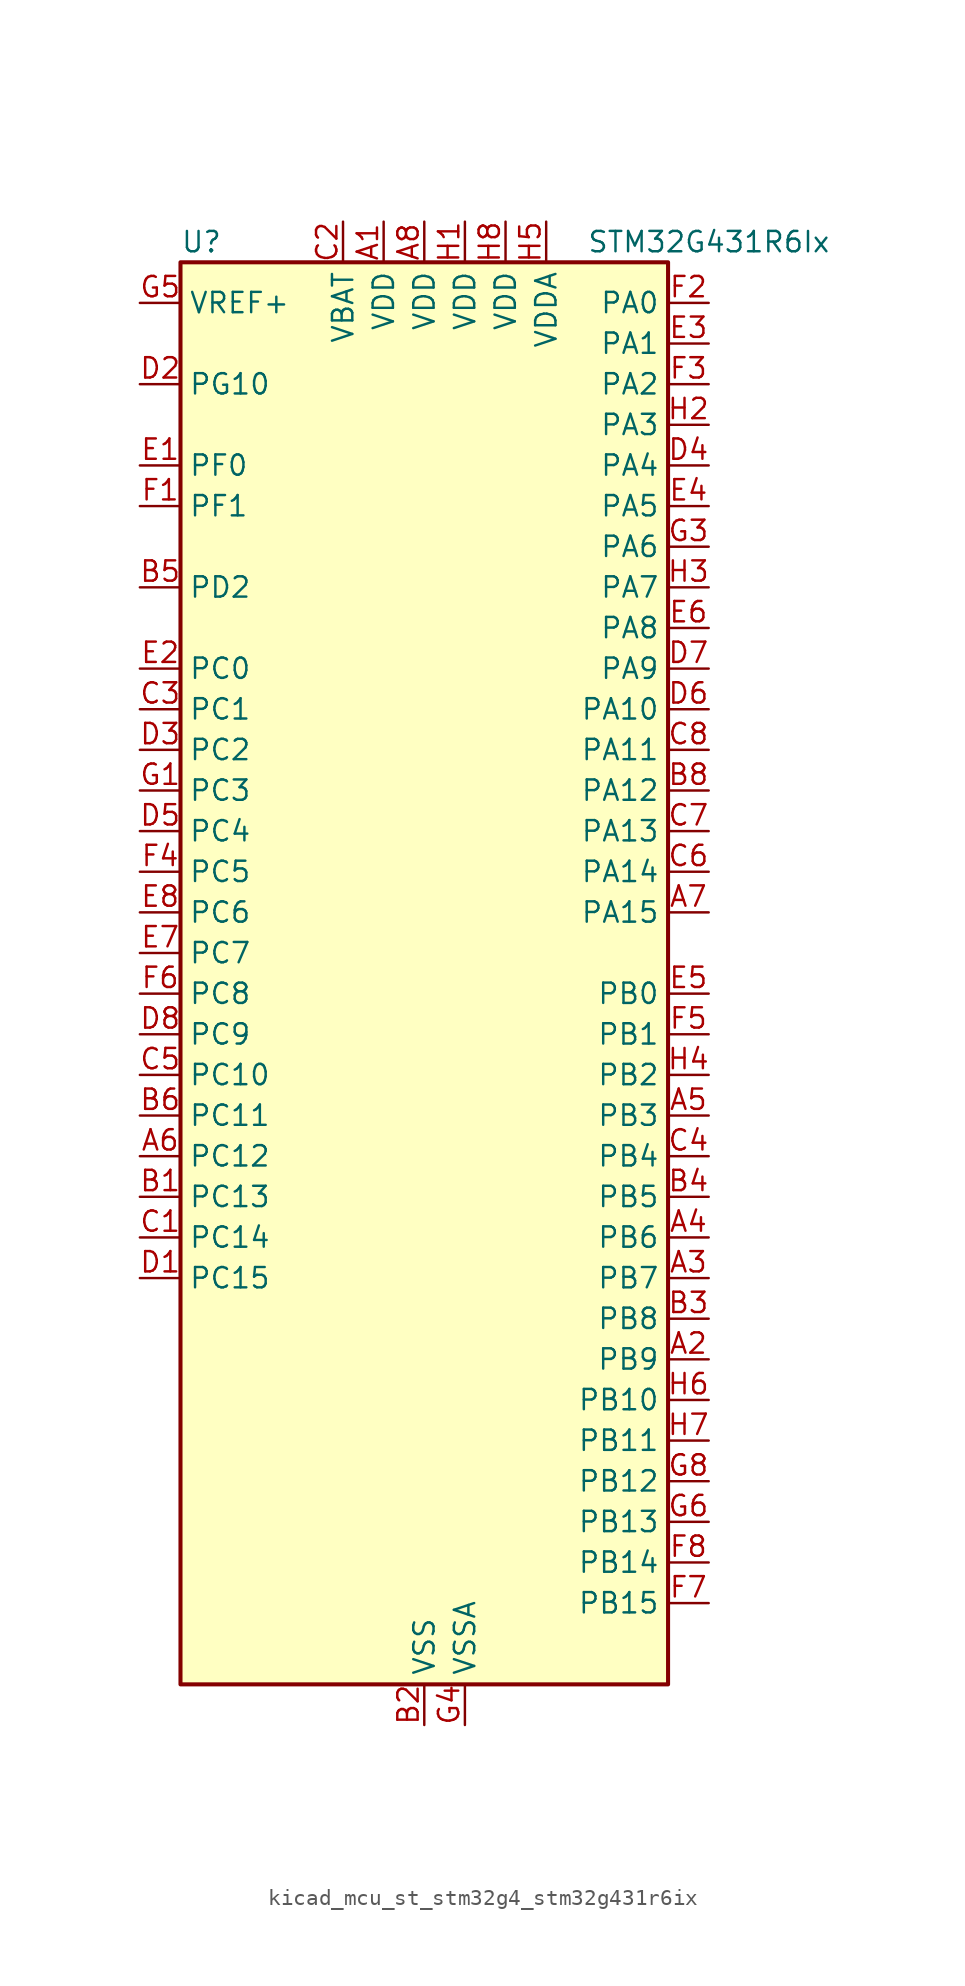
<source format=kicad_sym>
(kicad_symbol_lib
  (version 20220914)
  (generator kicad_symbol_editor)
  (symbol "kicad_mcu_st_stm32g4_stm32g431r6ix"
    (property "Reference" "U"
      (at -15.24 46.99 0)
      (effects (font (size 1.27 1.27)) (justify left)))
    (property "Value" "STM32G431R6Ix"
      (at 10.16 46.99 0)
      (effects (font (size 1.27 1.27)) (justify left)))
    (property "ki_locked" ""
      (at 0 0 0)
      (effects (font (size 1.27 1.27))))
    (symbol "kicad_mcu_st_stm32g4_stm32g431r6ix_0_1"
      (rectangle (start -15.24 -43.18) (end 15.24 45.72) (stroke (width 0.254) (type default)) (fill (type background))))
    (symbol "kicad_mcu_st_stm32g4_stm32g431r6ix_1_1"
      (pin power_in line (at -2.54 48.26 270) (length 2.54) (name "VDD" (effects (font (size 1.27 1.27)))) (number "A1" (effects (font (size 1.27 1.27)))))
      (pin bidirectional line (at 17.78 -22.86 180) (length 2.54) (name "PB9" (effects (font (size 1.27 1.27)))) (number "A2" (effects (font (size 1.27 1.27)))) (alternate "COMP2_OUT" bidirectional line) (alternate "DAC1_EXTI9" bidirectional line) (alternate "DAC3_EXTI9" bidirectional line) (alternate "FDCAN1_TX" bidirectional line) (alternate "I2C1_SDA" bidirectional line) (alternate "IR_OUT" bidirectional line) (alternate "SAI1_D2" bidirectional line) (alternate "SAI1_FS_A" bidirectional line) (alternate "TIM17_CH1" bidirectional line) (alternate "TIM1_CH3N" bidirectional line) (alternate "TIM4_CH4" bidirectional line) (alternate "TIM8_CH3" bidirectional line) (alternate "USART3_TX" bidirectional line))
      (pin bidirectional line (at 17.78 -17.78 180) (length 2.54) (name "PB7" (effects (font (size 1.27 1.27)))) (number "A3" (effects (font (size 1.27 1.27)))) (alternate "COMP3_OUT" bidirectional line) (alternate "I2C1_SDA" bidirectional line) (alternate "LPTIM1_IN2" bidirectional line) (alternate "SYS_PVD_IN" bidirectional line) (alternate "TIM17_CH1N" bidirectional line) (alternate "TIM3_CH4" bidirectional line) (alternate "TIM4_CH2" bidirectional line) (alternate "TIM8_BKIN" bidirectional line) (alternate "UART4_CTS" bidirectional line) (alternate "USART1_RX" bidirectional line))
      (pin bidirectional line (at 17.78 -15.24 180) (length 2.54) (name "PB6" (effects (font (size 1.27 1.27)))) (number "A4" (effects (font (size 1.27 1.27)))) (alternate "COMP4_OUT" bidirectional line) (alternate "LPTIM1_ETR" bidirectional line) (alternate "SAI1_FS_B" bidirectional line) (alternate "TIM16_CH1N" bidirectional line) (alternate "TIM4_CH1" bidirectional line) (alternate "TIM8_BKIN2" bidirectional line) (alternate "TIM8_CH1" bidirectional line) (alternate "TIM8_ETR" bidirectional line) (alternate "UCPD1_CC1" bidirectional line) (alternate "USART1_TX" bidirectional line))
      (pin bidirectional line (at 17.78 -7.62 180) (length 2.54) (name "PB3" (effects (font (size 1.27 1.27)))) (number "A5" (effects (font (size 1.27 1.27)))) (alternate "CRS_SYNC" bidirectional line) (alternate "I2S3_CK" bidirectional line) (alternate "SAI1_SCK_B" bidirectional line) (alternate "SPI1_SCK" bidirectional line) (alternate "SPI3_SCK" bidirectional line) (alternate "SYS_JTDO-SWO" bidirectional line) (alternate "TIM2_CH2" bidirectional line) (alternate "TIM3_ETR" bidirectional line) (alternate "TIM4_ETR" bidirectional line) (alternate "TIM8_CH1N" bidirectional line) (alternate "USART2_TX" bidirectional line))
      (pin bidirectional line (at -17.78 -10.16 0) (length 2.54) (name "PC12" (effects (font (size 1.27 1.27)))) (number "A6" (effects (font (size 1.27 1.27)))) (alternate "I2S3_SD" bidirectional line) (alternate "SPI3_MOSI" bidirectional line) (alternate "TIM8_CH3N" bidirectional line) (alternate "UCPD1_FRSTX1" bidirectional line) (alternate "UCPD1_FRSTX2" bidirectional line) (alternate "USART3_CK" bidirectional line))
      (pin bidirectional line (at 17.78 5.08 180) (length 2.54) (name "PA15" (effects (font (size 1.27 1.27)))) (number "A7" (effects (font (size 1.27 1.27)))) (alternate "ADC1_EXTI15" bidirectional line) (alternate "ADC2_EXTI15" bidirectional line) (alternate "I2C1_SCL" bidirectional line) (alternate "I2S3_WS" bidirectional line) (alternate "SPI1_NSS" bidirectional line) (alternate "SPI3_NSS" bidirectional line) (alternate "SYS_JTDI" bidirectional line) (alternate "TIM1_BKIN" bidirectional line) (alternate "TIM2_CH1" bidirectional line) (alternate "TIM2_ETR" bidirectional line) (alternate "TIM8_CH1" bidirectional line) (alternate "UART4_DE" bidirectional line) (alternate "UART4_RTS" bidirectional line) (alternate "USART2_RX" bidirectional line))
      (pin power_in line (at 0 48.26 270) (length 2.54) (name "VDD" (effects (font (size 1.27 1.27)))) (number "A8" (effects (font (size 1.27 1.27)))))
      (pin bidirectional line (at -17.78 -12.7 0) (length 2.54) (name "PC13" (effects (font (size 1.27 1.27)))) (number "B1" (effects (font (size 1.27 1.27)))) (alternate "RTC_OUT1" bidirectional line) (alternate "RTC_TAMP1" bidirectional line) (alternate "RTC_TS" bidirectional line) (alternate "SYS_WKUP2" bidirectional line) (alternate "TIM1_BKIN" bidirectional line) (alternate "TIM1_CH1N" bidirectional line) (alternate "TIM8_CH4N" bidirectional line))
      (pin power_in line (at 0 -45.72 90) (length 2.54) (name "VSS" (effects (font (size 1.27 1.27)))) (number "B2" (effects (font (size 1.27 1.27)))))
      (pin bidirectional line (at 17.78 -20.32 180) (length 2.54) (name "PB8" (effects (font (size 1.27 1.27)))) (number "B3" (effects (font (size 1.27 1.27)))) (alternate "COMP1_OUT" bidirectional line) (alternate "FDCAN1_RX" bidirectional line) (alternate "I2C1_SCL" bidirectional line) (alternate "SAI1_CK1" bidirectional line) (alternate "SAI1_MCLK_A" bidirectional line) (alternate "TIM16_CH1" bidirectional line) (alternate "TIM1_BKIN" bidirectional line) (alternate "TIM4_CH3" bidirectional line) (alternate "TIM8_CH2" bidirectional line) (alternate "USART3_RX" bidirectional line))
      (pin bidirectional line (at 17.78 -12.7 180) (length 2.54) (name "PB5" (effects (font (size 1.27 1.27)))) (number "B4" (effects (font (size 1.27 1.27)))) (alternate "I2C1_SMBA" bidirectional line) (alternate "I2C3_SDA" bidirectional line) (alternate "I2S3_SD" bidirectional line) (alternate "LPTIM1_IN1" bidirectional line) (alternate "SAI1_SD_B" bidirectional line) (alternate "SPI1_MOSI" bidirectional line) (alternate "SPI3_MOSI" bidirectional line) (alternate "TIM16_BKIN" bidirectional line) (alternate "TIM17_CH1" bidirectional line) (alternate "TIM3_CH2" bidirectional line) (alternate "TIM8_CH3N" bidirectional line) (alternate "USART2_CK" bidirectional line))
      (pin bidirectional line (at -17.78 25.4 0) (length 2.54) (name "PD2" (effects (font (size 1.27 1.27)))) (number "B5" (effects (font (size 1.27 1.27)))) (alternate "TIM3_ETR" bidirectional line) (alternate "TIM8_BKIN" bidirectional line))
      (pin bidirectional line (at -17.78 -7.62 0) (length 2.54) (name "PC11" (effects (font (size 1.27 1.27)))) (number "B6" (effects (font (size 1.27 1.27)))) (alternate "ADC1_EXTI11" bidirectional line) (alternate "ADC2_EXTI11" bidirectional line) (alternate "I2C3_SDA" bidirectional line) (alternate "SPI3_MISO" bidirectional line) (alternate "TIM8_CH2N" bidirectional line) (alternate "UART4_RX" bidirectional line) (alternate "USART3_RX" bidirectional line))
      (pin passive line (at 0 -45.72 90) (length 2.54) hide (name "VSS" (effects (font (size 1.27 1.27)))) (number "B7" (effects (font (size 1.27 1.27)))))
      (pin bidirectional line (at 17.78 12.7 180) (length 2.54) (name "PA12" (effects (font (size 1.27 1.27)))) (number "B8" (effects (font (size 1.27 1.27)))) (alternate "COMP2_OUT" bidirectional line) (alternate "FDCAN1_TX" bidirectional line) (alternate "I2S_CKIN" bidirectional line) (alternate "TIM16_CH1" bidirectional line) (alternate "TIM1_CH2N" bidirectional line) (alternate "TIM1_ETR" bidirectional line) (alternate "TIM4_CH2" bidirectional line) (alternate "USART1_DE" bidirectional line) (alternate "USART1_RTS" bidirectional line) (alternate "USB_DP" bidirectional line))
      (pin bidirectional line (at -17.78 -15.24 0) (length 2.54) (name "PC14" (effects (font (size 1.27 1.27)))) (number "C1" (effects (font (size 1.27 1.27)))) (alternate "RCC_OSC32_IN" bidirectional line))
      (pin power_in line (at -5.08 48.26 270) (length 2.54) (name "VBAT" (effects (font (size 1.27 1.27)))) (number "C2" (effects (font (size 1.27 1.27)))))
      (pin bidirectional line (at -17.78 17.78 0) (length 2.54) (name "PC1" (effects (font (size 1.27 1.27)))) (number "C3" (effects (font (size 1.27 1.27)))) (alternate "ADC1_IN7" bidirectional line) (alternate "ADC2_IN7" bidirectional line) (alternate "COMP3_INP" bidirectional line) (alternate "LPTIM1_OUT" bidirectional line) (alternate "LPUART1_TX" bidirectional line) (alternate "SAI1_SD_A" bidirectional line) (alternate "TIM1_CH2" bidirectional line))
      (pin bidirectional line (at 17.78 -10.16 180) (length 2.54) (name "PB4" (effects (font (size 1.27 1.27)))) (number "C4" (effects (font (size 1.27 1.27)))) (alternate "SAI1_MCLK_B" bidirectional line) (alternate "SPI1_MISO" bidirectional line) (alternate "SPI3_MISO" bidirectional line) (alternate "SYS_JTRST" bidirectional line) (alternate "TIM16_CH1" bidirectional line) (alternate "TIM17_BKIN" bidirectional line) (alternate "TIM3_CH1" bidirectional line) (alternate "TIM8_CH2N" bidirectional line) (alternate "UCPD1_CC2" bidirectional line) (alternate "USART2_RX" bidirectional line))
      (pin bidirectional line (at -17.78 -5.08 0) (length 2.54) (name "PC10" (effects (font (size 1.27 1.27)))) (number "C5" (effects (font (size 1.27 1.27)))) (alternate "DAC1_EXTI10" bidirectional line) (alternate "DAC3_EXTI10" bidirectional line) (alternate "I2S3_CK" bidirectional line) (alternate "SPI3_SCK" bidirectional line) (alternate "TIM8_CH1N" bidirectional line) (alternate "UART4_TX" bidirectional line) (alternate "USART3_TX" bidirectional line))
      (pin bidirectional line (at 17.78 7.62 180) (length 2.54) (name "PA14" (effects (font (size 1.27 1.27)))) (number "C6" (effects (font (size 1.27 1.27)))) (alternate "I2C1_SDA" bidirectional line) (alternate "LPTIM1_OUT" bidirectional line) (alternate "SAI1_FS_B" bidirectional line) (alternate "SYS_JTCK-SWCLK" bidirectional line) (alternate "TIM1_BKIN" bidirectional line) (alternate "TIM8_CH2" bidirectional line) (alternate "USART2_TX" bidirectional line))
      (pin bidirectional line (at 17.78 10.16 180) (length 2.54) (name "PA13" (effects (font (size 1.27 1.27)))) (number "C7" (effects (font (size 1.27 1.27)))) (alternate "I2C1_SCL" bidirectional line) (alternate "IR_OUT" bidirectional line) (alternate "SAI1_SD_B" bidirectional line) (alternate "SYS_JTMS-SWDIO" bidirectional line) (alternate "TIM16_CH1N" bidirectional line) (alternate "TIM4_CH3" bidirectional line) (alternate "USART3_CTS" bidirectional line) (alternate "USART3_NSS" bidirectional line))
      (pin bidirectional line (at 17.78 15.24 180) (length 2.54) (name "PA11" (effects (font (size 1.27 1.27)))) (number "C8" (effects (font (size 1.27 1.27)))) (alternate "ADC1_EXTI11" bidirectional line) (alternate "ADC2_EXTI11" bidirectional line) (alternate "COMP1_OUT" bidirectional line) (alternate "FDCAN1_RX" bidirectional line) (alternate "I2S2_SD" bidirectional line) (alternate "SPI2_MOSI" bidirectional line) (alternate "TIM1_BKIN2" bidirectional line) (alternate "TIM1_CH1N" bidirectional line) (alternate "TIM1_CH4" bidirectional line) (alternate "TIM4_CH1" bidirectional line) (alternate "USART1_CTS" bidirectional line) (alternate "USART1_NSS" bidirectional line) (alternate "USB_DM" bidirectional line))
      (pin bidirectional line (at -17.78 -17.78 0) (length 2.54) (name "PC15" (effects (font (size 1.27 1.27)))) (number "D1" (effects (font (size 1.27 1.27)))) (alternate "ADC1_EXTI15" bidirectional line) (alternate "ADC2_EXTI15" bidirectional line) (alternate "RCC_OSC32_OUT" bidirectional line))
      (pin bidirectional line (at -17.78 38.1 0) (length 2.54) (name "PG10" (effects (font (size 1.27 1.27)))) (number "D2" (effects (font (size 1.27 1.27)))) (alternate "DAC1_EXTI10" bidirectional line) (alternate "DAC3_EXTI10" bidirectional line) (alternate "RCC_MCO" bidirectional line))
      (pin bidirectional line (at -17.78 15.24 0) (length 2.54) (name "PC2" (effects (font (size 1.27 1.27)))) (number "D3" (effects (font (size 1.27 1.27)))) (alternate "ADC1_IN8" bidirectional line) (alternate "ADC2_IN8" bidirectional line) (alternate "COMP3_OUT" bidirectional line) (alternate "LPTIM1_IN2" bidirectional line) (alternate "TIM1_CH3" bidirectional line))
      (pin bidirectional line (at 17.78 33.02 180) (length 2.54) (name "PA4" (effects (font (size 1.27 1.27)))) (number "D4" (effects (font (size 1.27 1.27)))) (alternate "ADC2_IN17" bidirectional line) (alternate "COMP1_INM" bidirectional line) (alternate "DAC1_OUT1" bidirectional line) (alternate "I2S3_WS" bidirectional line) (alternate "SAI1_FS_B" bidirectional line) (alternate "SPI1_NSS" bidirectional line) (alternate "SPI3_NSS" bidirectional line) (alternate "TIM3_CH2" bidirectional line) (alternate "USART2_CK" bidirectional line))
      (pin bidirectional line (at -17.78 10.16 0) (length 2.54) (name "PC4" (effects (font (size 1.27 1.27)))) (number "D5" (effects (font (size 1.27 1.27)))) (alternate "ADC2_IN5" bidirectional line) (alternate "I2C2_SCL" bidirectional line) (alternate "TIM1_ETR" bidirectional line) (alternate "USART1_TX" bidirectional line))
      (pin bidirectional line (at 17.78 17.78 180) (length 2.54) (name "PA10" (effects (font (size 1.27 1.27)))) (number "D6" (effects (font (size 1.27 1.27)))) (alternate "CRS_SYNC" bidirectional line) (alternate "DAC1_EXTI10" bidirectional line) (alternate "DAC3_EXTI10" bidirectional line) (alternate "I2C2_SMBA" bidirectional line) (alternate "SAI1_D1" bidirectional line) (alternate "SAI1_SD_A" bidirectional line) (alternate "SPI2_MISO" bidirectional line) (alternate "TIM17_BKIN" bidirectional line) (alternate "TIM1_CH3" bidirectional line) (alternate "TIM2_CH4" bidirectional line) (alternate "TIM8_BKIN" bidirectional line) (alternate "UCPD1_DBCC2" bidirectional line) (alternate "USART1_RX" bidirectional line))
      (pin bidirectional line (at 17.78 20.32 180) (length 2.54) (name "PA9" (effects (font (size 1.27 1.27)))) (number "D7" (effects (font (size 1.27 1.27)))) (alternate "DAC1_EXTI9" bidirectional line) (alternate "DAC3_EXTI9" bidirectional line) (alternate "I2C2_SCL" bidirectional line) (alternate "I2C3_SMBA" bidirectional line) (alternate "I2S3_MCK" bidirectional line) (alternate "SAI1_FS_A" bidirectional line) (alternate "TIM15_BKIN" bidirectional line) (alternate "TIM1_CH2" bidirectional line) (alternate "TIM2_CH3" bidirectional line) (alternate "UCPD1_DBCC1" bidirectional line) (alternate "USART1_TX" bidirectional line))
      (pin bidirectional line (at -17.78 -2.54 0) (length 2.54) (name "PC9" (effects (font (size 1.27 1.27)))) (number "D8" (effects (font (size 1.27 1.27)))) (alternate "DAC1_EXTI9" bidirectional line) (alternate "DAC3_EXTI9" bidirectional line) (alternate "I2C3_SDA" bidirectional line) (alternate "I2S_CKIN" bidirectional line) (alternate "TIM3_CH4" bidirectional line) (alternate "TIM8_BKIN2" bidirectional line) (alternate "TIM8_CH4" bidirectional line))
      (pin bidirectional line (at -17.78 33.02 0) (length 2.54) (name "PF0" (effects (font (size 1.27 1.27)))) (number "E1" (effects (font (size 1.27 1.27)))) (alternate "ADC1_IN10" bidirectional line) (alternate "I2C2_SDA" bidirectional line) (alternate "I2S2_WS" bidirectional line) (alternate "RCC_OSC_IN" bidirectional line) (alternate "SPI2_NSS" bidirectional line) (alternate "TIM1_CH3N" bidirectional line))
      (pin bidirectional line (at -17.78 20.32 0) (length 2.54) (name "PC0" (effects (font (size 1.27 1.27)))) (number "E2" (effects (font (size 1.27 1.27)))) (alternate "ADC1_IN6" bidirectional line) (alternate "ADC2_IN6" bidirectional line) (alternate "COMP3_INM" bidirectional line) (alternate "LPTIM1_IN1" bidirectional line) (alternate "LPUART1_RX" bidirectional line) (alternate "TIM1_CH1" bidirectional line))
      (pin bidirectional line (at 17.78 40.64 180) (length 2.54) (name "PA1" (effects (font (size 1.27 1.27)))) (number "E3" (effects (font (size 1.27 1.27)))) (alternate "ADC1_IN2" bidirectional line) (alternate "ADC2_IN2" bidirectional line) (alternate "COMP1_INP" bidirectional line) (alternate "OPAMP1_VINP" bidirectional line) (alternate "OPAMP1_VINP_SEC" bidirectional line) (alternate "OPAMP3_VINP" bidirectional line) (alternate "OPAMP3_VINP_SEC" bidirectional line) (alternate "RTC_REFIN" bidirectional line) (alternate "TIM15_CH1N" bidirectional line) (alternate "TIM2_CH2" bidirectional line) (alternate "USART2_DE" bidirectional line) (alternate "USART2_RTS" bidirectional line))
      (pin bidirectional line (at 17.78 30.48 180) (length 2.54) (name "PA5" (effects (font (size 1.27 1.27)))) (number "E4" (effects (font (size 1.27 1.27)))) (alternate "ADC2_IN13" bidirectional line) (alternate "COMP2_INM" bidirectional line) (alternate "DAC1_OUT2" bidirectional line) (alternate "OPAMP2_VINM" bidirectional line) (alternate "OPAMP2_VINM0" bidirectional line) (alternate "OPAMP2_VINM_SEC" bidirectional line) (alternate "SPI1_SCK" bidirectional line) (alternate "TIM2_CH1" bidirectional line) (alternate "TIM2_ETR" bidirectional line) (alternate "UCPD1_FRSTX1" bidirectional line) (alternate "UCPD1_FRSTX2" bidirectional line))
      (pin bidirectional line (at 17.78 0 180) (length 2.54) (name "PB0" (effects (font (size 1.27 1.27)))) (number "E5" (effects (font (size 1.27 1.27)))) (alternate "ADC1_IN15" bidirectional line) (alternate "COMP4_INP" bidirectional line) (alternate "OPAMP2_VINP" bidirectional line) (alternate "OPAMP2_VINP_SEC" bidirectional line) (alternate "OPAMP3_VINP" bidirectional line) (alternate "OPAMP3_VINP_SEC" bidirectional line) (alternate "TIM1_CH2N" bidirectional line) (alternate "TIM3_CH3" bidirectional line) (alternate "TIM8_CH2N" bidirectional line) (alternate "UCPD1_FRSTX1" bidirectional line) (alternate "UCPD1_FRSTX2" bidirectional line))
      (pin bidirectional line (at 17.78 22.86 180) (length 2.54) (name "PA8" (effects (font (size 1.27 1.27)))) (number "E6" (effects (font (size 1.27 1.27)))) (alternate "I2C2_SDA" bidirectional line) (alternate "I2C3_SCL" bidirectional line) (alternate "I2S2_MCK" bidirectional line) (alternate "RCC_MCO" bidirectional line) (alternate "SAI1_CK2" bidirectional line) (alternate "SAI1_SCK_A" bidirectional line) (alternate "TIM1_CH1" bidirectional line) (alternate "TIM4_ETR" bidirectional line) (alternate "USART1_CK" bidirectional line))
      (pin bidirectional line (at -17.78 2.54 0) (length 2.54) (name "PC7" (effects (font (size 1.27 1.27)))) (number "E7" (effects (font (size 1.27 1.27)))) (alternate "I2S3_MCK" bidirectional line) (alternate "TIM3_CH2" bidirectional line) (alternate "TIM8_CH2" bidirectional line))
      (pin bidirectional line (at -17.78 5.08 0) (length 2.54) (name "PC6" (effects (font (size 1.27 1.27)))) (number "E8" (effects (font (size 1.27 1.27)))) (alternate "I2S2_MCK" bidirectional line) (alternate "TIM3_CH1" bidirectional line) (alternate "TIM8_CH1" bidirectional line))
      (pin bidirectional line (at -17.78 30.48 0) (length 2.54) (name "PF1" (effects (font (size 1.27 1.27)))) (number "F1" (effects (font (size 1.27 1.27)))) (alternate "ADC2_IN10" bidirectional line) (alternate "COMP3_INM" bidirectional line) (alternate "I2S2_CK" bidirectional line) (alternate "RCC_OSC_OUT" bidirectional line) (alternate "SPI2_SCK" bidirectional line))
      (pin bidirectional line (at 17.78 43.18 180) (length 2.54) (name "PA0" (effects (font (size 1.27 1.27)))) (number "F2" (effects (font (size 1.27 1.27)))) (alternate "ADC1_IN1" bidirectional line) (alternate "ADC2_IN1" bidirectional line) (alternate "COMP1_INM" bidirectional line) (alternate "COMP1_OUT" bidirectional line) (alternate "COMP3_INP" bidirectional line) (alternate "RTC_TAMP2" bidirectional line) (alternate "SYS_WKUP1" bidirectional line) (alternate "TIM2_CH1" bidirectional line) (alternate "TIM2_ETR" bidirectional line) (alternate "TIM8_BKIN" bidirectional line) (alternate "TIM8_ETR" bidirectional line) (alternate "USART2_CTS" bidirectional line) (alternate "USART2_NSS" bidirectional line))
      (pin bidirectional line (at 17.78 38.1 180) (length 2.54) (name "PA2" (effects (font (size 1.27 1.27)))) (number "F3" (effects (font (size 1.27 1.27)))) (alternate "ADC1_IN3" bidirectional line) (alternate "COMP2_INM" bidirectional line) (alternate "COMP2_OUT" bidirectional line) (alternate "LPUART1_TX" bidirectional line) (alternate "OPAMP1_VOUT" bidirectional line) (alternate "RCC_LSCO" bidirectional line) (alternate "SYS_WKUP4" bidirectional line) (alternate "TIM15_CH1" bidirectional line) (alternate "TIM2_CH3" bidirectional line) (alternate "UCPD1_FRSTX1" bidirectional line) (alternate "UCPD1_FRSTX2" bidirectional line) (alternate "USART2_TX" bidirectional line))
      (pin bidirectional line (at -17.78 7.62 0) (length 2.54) (name "PC5" (effects (font (size 1.27 1.27)))) (number "F4" (effects (font (size 1.27 1.27)))) (alternate "ADC2_IN11" bidirectional line) (alternate "OPAMP1_VINM" bidirectional line) (alternate "OPAMP1_VINM1" bidirectional line) (alternate "OPAMP1_VINM_SEC" bidirectional line) (alternate "OPAMP2_VINM" bidirectional line) (alternate "OPAMP2_VINM1" bidirectional line) (alternate "OPAMP2_VINM_SEC" bidirectional line) (alternate "SAI1_D3" bidirectional line) (alternate "SYS_WKUP5" bidirectional line) (alternate "TIM15_BKIN" bidirectional line) (alternate "TIM1_CH4N" bidirectional line) (alternate "USART1_RX" bidirectional line))
      (pin bidirectional line (at 17.78 -2.54 180) (length 2.54) (name "PB1" (effects (font (size 1.27 1.27)))) (number "F5" (effects (font (size 1.27 1.27)))) (alternate "ADC1_IN12" bidirectional line) (alternate "COMP1_INP" bidirectional line) (alternate "COMP4_OUT" bidirectional line) (alternate "LPUART1_DE" bidirectional line) (alternate "LPUART1_RTS" bidirectional line) (alternate "OPAMP3_VOUT" bidirectional line) (alternate "TIM1_CH3N" bidirectional line) (alternate "TIM3_CH4" bidirectional line) (alternate "TIM8_CH3N" bidirectional line))
      (pin bidirectional line (at -17.78 0 0) (length 2.54) (name "PC8" (effects (font (size 1.27 1.27)))) (number "F6" (effects (font (size 1.27 1.27)))) (alternate "I2C3_SCL" bidirectional line) (alternate "TIM3_CH3" bidirectional line) (alternate "TIM8_CH3" bidirectional line))
      (pin bidirectional line (at 17.78 -38.1 180) (length 2.54) (name "PB15" (effects (font (size 1.27 1.27)))) (number "F7" (effects (font (size 1.27 1.27)))) (alternate "ADC1_EXTI15" bidirectional line) (alternate "ADC2_EXTI15" bidirectional line) (alternate "ADC2_IN15" bidirectional line) (alternate "COMP3_OUT" bidirectional line) (alternate "I2S2_SD" bidirectional line) (alternate "RTC_REFIN" bidirectional line) (alternate "SPI2_MOSI" bidirectional line) (alternate "TIM15_CH1N" bidirectional line) (alternate "TIM15_CH2" bidirectional line) (alternate "TIM1_CH3N" bidirectional line))
      (pin bidirectional line (at 17.78 -35.56 180) (length 2.54) (name "PB14" (effects (font (size 1.27 1.27)))) (number "F8" (effects (font (size 1.27 1.27)))) (alternate "ADC1_IN5" bidirectional line) (alternate "COMP4_OUT" bidirectional line) (alternate "OPAMP2_VINP" bidirectional line) (alternate "OPAMP2_VINP_SEC" bidirectional line) (alternate "SPI2_MISO" bidirectional line) (alternate "TIM15_CH1" bidirectional line) (alternate "TIM1_CH2N" bidirectional line) (alternate "USART3_DE" bidirectional line) (alternate "USART3_RTS" bidirectional line))
      (pin bidirectional line (at -17.78 12.7 0) (length 2.54) (name "PC3" (effects (font (size 1.27 1.27)))) (number "G1" (effects (font (size 1.27 1.27)))) (alternate "ADC1_IN9" bidirectional line) (alternate "ADC2_IN9" bidirectional line) (alternate "LPTIM1_ETR" bidirectional line) (alternate "SAI1_D1" bidirectional line) (alternate "SAI1_SD_A" bidirectional line) (alternate "TIM1_BKIN2" bidirectional line) (alternate "TIM1_CH4" bidirectional line))
      (pin passive line (at 0 -45.72 90) (length 2.54) hide (name "VSS" (effects (font (size 1.27 1.27)))) (number "G2" (effects (font (size 1.27 1.27)))))
      (pin bidirectional line (at 17.78 27.94 180) (length 2.54) (name "PA6" (effects (font (size 1.27 1.27)))) (number "G3" (effects (font (size 1.27 1.27)))) (alternate "ADC2_IN3" bidirectional line) (alternate "COMP1_OUT" bidirectional line) (alternate "LPUART1_CTS" bidirectional line) (alternate "OPAMP2_VOUT" bidirectional line) (alternate "SPI1_MISO" bidirectional line) (alternate "TIM16_CH1" bidirectional line) (alternate "TIM1_BKIN" bidirectional line) (alternate "TIM3_CH1" bidirectional line) (alternate "TIM8_BKIN" bidirectional line))
      (pin power_in line (at 2.54 -45.72 90) (length 2.54) (name "VSSA" (effects (font (size 1.27 1.27)))) (number "G4" (effects (font (size 1.27 1.27)))))
      (pin input line (at -17.78 43.18 0) (length 2.54) (name "VREF+" (effects (font (size 1.27 1.27)))) (number "G5" (effects (font (size 1.27 1.27)))) (alternate "VREFBUF_OUT" bidirectional line))
      (pin bidirectional line (at 17.78 -33.02 180) (length 2.54) (name "PB13" (effects (font (size 1.27 1.27)))) (number "G6" (effects (font (size 1.27 1.27)))) (alternate "I2S2_CK" bidirectional line) (alternate "LPUART1_CTS" bidirectional line) (alternate "OPAMP3_VINP" bidirectional line) (alternate "OPAMP3_VINP_SEC" bidirectional line) (alternate "SPI2_SCK" bidirectional line) (alternate "TIM1_CH1N" bidirectional line) (alternate "USART3_CTS" bidirectional line) (alternate "USART3_NSS" bidirectional line))
      (pin passive line (at 0 -45.72 90) (length 2.54) hide (name "VSS" (effects (font (size 1.27 1.27)))) (number "G7" (effects (font (size 1.27 1.27)))))
      (pin bidirectional line (at 17.78 -30.48 180) (length 2.54) (name "PB12" (effects (font (size 1.27 1.27)))) (number "G8" (effects (font (size 1.27 1.27)))) (alternate "ADC1_IN11" bidirectional line) (alternate "I2C2_SMBA" bidirectional line) (alternate "I2S2_WS" bidirectional line) (alternate "LPUART1_DE" bidirectional line) (alternate "LPUART1_RTS" bidirectional line) (alternate "SPI2_NSS" bidirectional line) (alternate "TIM1_BKIN" bidirectional line) (alternate "USART3_CK" bidirectional line))
      (pin power_in line (at 2.54 48.26 270) (length 2.54) (name "VDD" (effects (font (size 1.27 1.27)))) (number "H1" (effects (font (size 1.27 1.27)))))
      (pin bidirectional line (at 17.78 35.56 180) (length 2.54) (name "PA3" (effects (font (size 1.27 1.27)))) (number "H2" (effects (font (size 1.27 1.27)))) (alternate "ADC1_IN4" bidirectional line) (alternate "COMP2_INP" bidirectional line) (alternate "LPUART1_RX" bidirectional line) (alternate "OPAMP1_VINM" bidirectional line) (alternate "OPAMP1_VINM0" bidirectional line) (alternate "OPAMP1_VINM_SEC" bidirectional line) (alternate "OPAMP1_VINP" bidirectional line) (alternate "OPAMP1_VINP_SEC" bidirectional line) (alternate "SAI1_CK1" bidirectional line) (alternate "SAI1_MCLK_A" bidirectional line) (alternate "TIM15_CH2" bidirectional line) (alternate "TIM2_CH4" bidirectional line) (alternate "USART2_RX" bidirectional line))
      (pin bidirectional line (at 17.78 25.4 180) (length 2.54) (name "PA7" (effects (font (size 1.27 1.27)))) (number "H3" (effects (font (size 1.27 1.27)))) (alternate "ADC2_IN4" bidirectional line) (alternate "COMP2_INP" bidirectional line) (alternate "COMP2_OUT" bidirectional line) (alternate "OPAMP1_VINP" bidirectional line) (alternate "OPAMP1_VINP_SEC" bidirectional line) (alternate "OPAMP2_VINP" bidirectional line) (alternate "OPAMP2_VINP_SEC" bidirectional line) (alternate "SPI1_MOSI" bidirectional line) (alternate "TIM17_CH1" bidirectional line) (alternate "TIM1_CH1N" bidirectional line) (alternate "TIM3_CH2" bidirectional line) (alternate "TIM8_CH1N" bidirectional line) (alternate "UCPD1_FRSTX1" bidirectional line) (alternate "UCPD1_FRSTX2" bidirectional line))
      (pin bidirectional line (at 17.78 -5.08 180) (length 2.54) (name "PB2" (effects (font (size 1.27 1.27)))) (number "H4" (effects (font (size 1.27 1.27)))) (alternate "ADC2_IN12" bidirectional line) (alternate "COMP4_INM" bidirectional line) (alternate "I2C3_SMBA" bidirectional line) (alternate "LPTIM1_OUT" bidirectional line) (alternate "OPAMP3_VINM" bidirectional line) (alternate "OPAMP3_VINM0" bidirectional line) (alternate "OPAMP3_VINM_SEC" bidirectional line) (alternate "RTC_OUT2" bidirectional line))
      (pin power_in line (at 7.62 48.26 270) (length 2.54) (name "VDDA" (effects (font (size 1.27 1.27)))) (number "H5" (effects (font (size 1.27 1.27)))))
      (pin bidirectional line (at 17.78 -25.4 180) (length 2.54) (name "PB10" (effects (font (size 1.27 1.27)))) (number "H6" (effects (font (size 1.27 1.27)))) (alternate "DAC1_EXTI10" bidirectional line) (alternate "DAC3_EXTI10" bidirectional line) (alternate "LPUART1_RX" bidirectional line) (alternate "OPAMP3_VINM" bidirectional line) (alternate "OPAMP3_VINM1" bidirectional line) (alternate "OPAMP3_VINM_SEC" bidirectional line) (alternate "SAI1_SCK_A" bidirectional line) (alternate "TIM1_BKIN" bidirectional line) (alternate "TIM2_CH3" bidirectional line) (alternate "USART3_TX" bidirectional line))
      (pin bidirectional line (at 17.78 -27.94 180) (length 2.54) (name "PB11" (effects (font (size 1.27 1.27)))) (number "H7" (effects (font (size 1.27 1.27)))) (alternate "ADC1_EXTI11" bidirectional line) (alternate "ADC1_IN14" bidirectional line) (alternate "ADC2_EXTI11" bidirectional line) (alternate "ADC2_IN14" bidirectional line) (alternate "LPUART1_TX" bidirectional line) (alternate "TIM2_CH4" bidirectional line) (alternate "USART3_RX" bidirectional line))
      (pin power_in line (at 5.08 48.26 270) (length 2.54) (name "VDD" (effects (font (size 1.27 1.27)))) (number "H8" (effects (font (size 1.27 1.27))))))))
</source>
